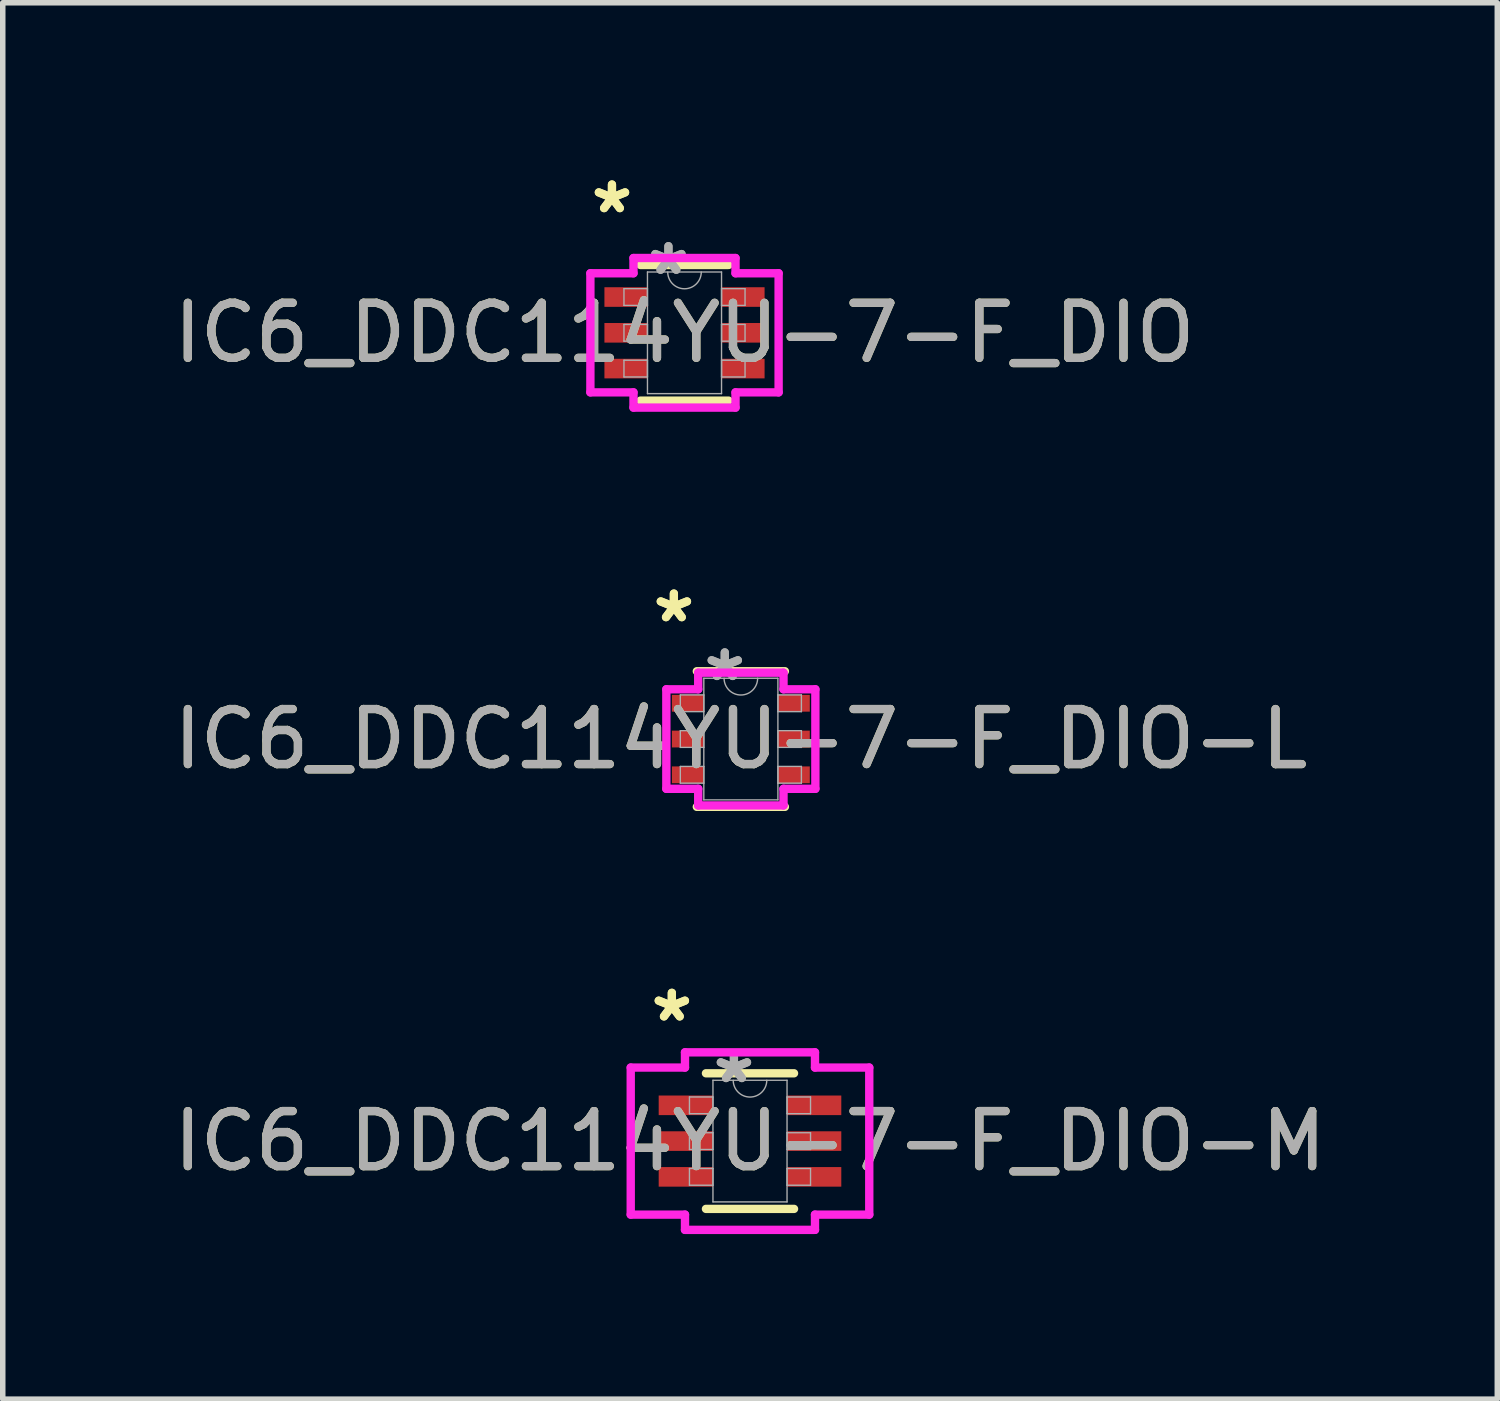
<source format=kicad_pcb>
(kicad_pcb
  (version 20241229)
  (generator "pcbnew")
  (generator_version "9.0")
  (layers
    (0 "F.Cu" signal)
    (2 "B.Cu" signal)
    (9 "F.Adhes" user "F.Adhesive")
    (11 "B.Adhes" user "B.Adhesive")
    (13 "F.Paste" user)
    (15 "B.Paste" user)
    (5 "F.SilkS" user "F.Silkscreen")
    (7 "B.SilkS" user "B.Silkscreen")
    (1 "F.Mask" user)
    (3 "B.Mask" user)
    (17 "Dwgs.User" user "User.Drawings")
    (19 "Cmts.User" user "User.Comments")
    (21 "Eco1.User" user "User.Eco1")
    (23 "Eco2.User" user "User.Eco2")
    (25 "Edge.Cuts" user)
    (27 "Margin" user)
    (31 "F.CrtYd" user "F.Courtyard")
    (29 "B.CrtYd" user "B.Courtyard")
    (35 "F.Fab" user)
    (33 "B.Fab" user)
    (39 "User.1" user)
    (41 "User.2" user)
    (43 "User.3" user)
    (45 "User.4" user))
  (footprint "IC6_DDC114YU-7-F_DIO-L"
    (layer "F.Cu")
    (at 10.411 10.378)
    (property "Reference" "IC6_DDC114YU-7-F_DIO-L" (at 0 0 0) (unlocked yes) (layer "F.SilkS") (effects (font (size 1 1) (thickness 0.15))))
    (attr smd)
    (fp_line (start -0.8 1.232) (end 0.8 1.232) (stroke (width 0.152) (type solid)) (layer "F.SilkS"))
    (fp_line (start 0.8 -1.232) (end -0.8 -1.232) (stroke (width 0.152) (type solid)) (layer "F.SilkS"))
    (fp_line (start -1.354 -0.904) (end -0.775 -0.904) (stroke (width 0.152) (type solid)) (layer "F.CrtYd"))
    (fp_line (start -1.354 0.904) (end -1.354 -0.904) (stroke (width 0.152) (type solid)) (layer "F.CrtYd"))
    (fp_line (start -1.354 0.904) (end -0.775 0.904) (stroke (width 0.152) (type solid)) (layer "F.CrtYd"))
    (fp_line (start -0.775 -1.206) (end 0.775 -1.206) (stroke (width 0.152) (type solid)) (layer "F.CrtYd"))
    (fp_line (start -0.775 -0.904) (end -0.775 -1.206) (stroke (width 0.152) (type solid)) (layer "F.CrtYd"))
    (fp_line (start -0.775 1.206) (end -0.775 0.904) (stroke (width 0.152) (type solid)) (layer "F.CrtYd"))
    (fp_line (start 0.775 -1.206) (end 0.775 -0.904) (stroke (width 0.152) (type solid)) (layer "F.CrtYd"))
    (fp_line (start 0.775 0.904) (end 0.775 1.206) (stroke (width 0.152) (type solid)) (layer "F.CrtYd"))
    (fp_line (start 0.775 1.206) (end -0.775 1.206) (stroke (width 0.152) (type solid)) (layer "F.CrtYd"))
    (fp_line (start 1.354 -0.904) (end 0.775 -0.904) (stroke (width 0.152) (type solid)) (layer "F.CrtYd"))
    (fp_line (start 1.354 -0.904) (end 1.354 0.904) (stroke (width 0.152) (type solid)) (layer "F.CrtYd"))
    (fp_line (start 1.354 0.904) (end 0.775 0.904) (stroke (width 0.152) (type solid)) (layer "F.CrtYd"))
    (fp_line (start -1.1 -0.802) (end -1.1 -0.498) (stroke (width 0.025) (type solid)) (layer "F.Fab"))
    (fp_line (start -1.1 -0.498) (end -0.673 -0.498) (stroke (width 0.025) (type solid)) (layer "F.Fab"))
    (fp_line (start -1.1 -0.152) (end -1.1 0.152) (stroke (width 0.025) (type solid)) (layer "F.Fab"))
    (fp_line (start -1.1 0.152) (end -0.673 0.152) (stroke (width 0.025) (type solid)) (layer "F.Fab"))
    (fp_line (start -1.1 0.498) (end -1.1 0.802) (stroke (width 0.025) (type solid)) (layer "F.Fab"))
    (fp_line (start -1.1 0.802) (end -0.673 0.802) (stroke (width 0.025) (type solid)) (layer "F.Fab"))
    (fp_line (start -0.673 -1.105) (end -0.673 1.105) (stroke (width 0.025) (type solid)) (layer "F.Fab"))
    (fp_line (start -0.673 -0.802) (end -1.1 -0.802) (stroke (width 0.025) (type solid)) (layer "F.Fab"))
    (fp_line (start -0.673 -0.498) (end -0.673 -0.802) (stroke (width 0.025) (type solid)) (layer "F.Fab"))
    (fp_line (start -0.673 -0.152) (end -1.1 -0.152) (stroke (width 0.025) (type solid)) (layer "F.Fab"))
    (fp_line (start -0.673 0.152) (end -0.673 -0.152) (stroke (width 0.025) (type solid)) (layer "F.Fab"))
    (fp_line (start -0.673 0.498) (end -1.1 0.498) (stroke (width 0.025) (type solid)) (layer "F.Fab"))
    (fp_line (start -0.673 0.802) (end -0.673 0.498) (stroke (width 0.025) (type solid)) (layer "F.Fab"))
    (fp_line (start -0.673 1.105) (end 0.673 1.105) (stroke (width 0.025) (type solid)) (layer "F.Fab"))
    (fp_line (start 0.673 -1.105) (end -0.673 -1.105) (stroke (width 0.025) (type solid)) (layer "F.Fab"))
    (fp_line (start 0.673 -0.802) (end 0.673 -0.498) (stroke (width 0.025) (type solid)) (layer "F.Fab"))
    (fp_line (start 0.673 -0.498) (end 1.1 -0.498) (stroke (width 0.025) (type solid)) (layer "F.Fab"))
    (fp_line (start 0.673 -0.152) (end 0.673 0.152) (stroke (width 0.025) (type solid)) (layer "F.Fab"))
    (fp_line (start 0.673 0.152) (end 1.1 0.152) (stroke (width 0.025) (type solid)) (layer "F.Fab"))
    (fp_line (start 0.673 0.498) (end 0.673 0.802) (stroke (width 0.025) (type solid)) (layer "F.Fab"))
    (fp_line (start 0.673 0.802) (end 1.1 0.802) (stroke (width 0.025) (type solid)) (layer "F.Fab"))
    (fp_line (start 0.673 1.105) (end 0.673 -1.105) (stroke (width 0.025) (type solid)) (layer "F.Fab"))
    (fp_line (start 1.1 -0.802) (end 0.673 -0.802) (stroke (width 0.025) (type solid)) (layer "F.Fab"))
    (fp_line (start 1.1 -0.498) (end 1.1 -0.802) (stroke (width 0.025) (type solid)) (layer "F.Fab"))
    (fp_line (start 1.1 -0.152) (end 0.673 -0.152) (stroke (width 0.025) (type solid)) (layer "F.Fab"))
    (fp_line (start 1.1 0.152) (end 1.1 -0.152) (stroke (width 0.025) (type solid)) (layer "F.Fab"))
    (fp_line (start 1.1 0.498) (end 0.673 0.498) (stroke (width 0.025) (type solid)) (layer "F.Fab"))
    (fp_line (start 1.1 0.802) (end 1.1 0.498) (stroke (width 0.025) (type solid)) (layer "F.Fab"))
    (fp_arc (start 0.3048 -1.1049) (mid 0 -0.8001) (end -0.3048 -1.1049) (stroke (width 0.0254) (type solid)) (layer "F.Fab"))
    (fp_text user "*" (at -1.217 -2.098 0) (layer "F.SilkS") (effects (font (size 1 1) (thickness 0.15))))
    (fp_text user "*" (at -1.217 -2.098 0) (unlocked yes) (layer "F.SilkS") (effects (font (size 1 1) (thickness 0.15))))
    (fp_text user "${REFERENCE}" (at 0 0 0) (unlocked yes) (layer "F.Fab") (effects (font (size 1 1) (thickness 0.15))))
    (fp_text user "*" (at -0.292 -1.029 0) (unlocked yes) (layer "F.Fab") (effects (font (size 1 1) (thickness 0.15))))
    (fp_text user "*" (at -0.292 -1.029 0) (layer "F.Fab") (effects (font (size 1 1) (thickness 0.15))))
    (pad "1" smd rect (at -0.963 -0.65) (size 0.579 0.305) (layers "F.Cu" "F.Mask" "F.Paste"))
    (pad "2" smd rect (at -0.963 0) (size 0.579 0.305) (layers "F.Cu" "F.Mask" "F.Paste"))
    (pad "3" smd rect (at -0.963 0.65) (size 0.579 0.305) (layers "F.Cu" "F.Mask" "F.Paste"))
    (pad "4" smd rect (at 0.963 0.65) (size 0.579 0.305) (layers "F.Cu" "F.Mask" "F.Paste"))
    (pad "5" smd rect (at 0.963 0) (size 0.579 0.305) (layers "F.Cu" "F.Mask" "F.Paste"))
    (pad "6" smd rect (at 0.963 -0.65) (size 0.579 0.305) (layers "F.Cu" "F.Mask" "F.Paste")))
  (footprint "IC6_DDC114YU-7-F_DIO-M"
    (layer "F.Cu")
    (at 10.577 17.683)
    (property "Reference" "IC6_DDC114YU-7-F_DIO-M" (at 0 0 0) (unlocked yes) (layer "F.SilkS") (effects (font (size 1 1) (thickness 0.15))))
    (attr smd)
    (fp_line (start -0.8 1.232) (end 0.8 1.232) (stroke (width 0.152) (type solid)) (layer "F.SilkS"))
    (fp_line (start 0.8 -1.232) (end -0.8 -1.232) (stroke (width 0.152) (type solid)) (layer "F.SilkS"))
    (fp_line (start -2.167 -1.336) (end -1.181 -1.336) (stroke (width 0.152) (type solid)) (layer "F.CrtYd"))
    (fp_line (start -2.167 1.336) (end -2.167 -1.336) (stroke (width 0.152) (type solid)) (layer "F.CrtYd"))
    (fp_line (start -2.167 1.336) (end -1.181 1.336) (stroke (width 0.152) (type solid)) (layer "F.CrtYd"))
    (fp_line (start -1.181 -1.613) (end 1.181 -1.613) (stroke (width 0.152) (type solid)) (layer "F.CrtYd"))
    (fp_line (start -1.181 -1.336) (end -1.181 -1.613) (stroke (width 0.152) (type solid)) (layer "F.CrtYd"))
    (fp_line (start -1.181 1.613) (end -1.181 1.336) (stroke (width 0.152) (type solid)) (layer "F.CrtYd"))
    (fp_line (start 1.181 -1.613) (end 1.181 -1.336) (stroke (width 0.152) (type solid)) (layer "F.CrtYd"))
    (fp_line (start 1.181 1.336) (end 1.181 1.613) (stroke (width 0.152) (type solid)) (layer "F.CrtYd"))
    (fp_line (start 1.181 1.613) (end -1.181 1.613) (stroke (width 0.152) (type solid)) (layer "F.CrtYd"))
    (fp_line (start 2.167 -1.336) (end 1.181 -1.336) (stroke (width 0.152) (type solid)) (layer "F.CrtYd"))
    (fp_line (start 2.167 -1.336) (end 2.167 1.336) (stroke (width 0.152) (type solid)) (layer "F.CrtYd"))
    (fp_line (start 2.167 1.336) (end 1.181 1.336) (stroke (width 0.152) (type solid)) (layer "F.CrtYd"))
    (fp_line (start -1.1 -0.802) (end -1.1 -0.498) (stroke (width 0.025) (type solid)) (layer "F.Fab"))
    (fp_line (start -1.1 -0.498) (end -0.673 -0.498) (stroke (width 0.025) (type solid)) (layer "F.Fab"))
    (fp_line (start -1.1 -0.152) (end -1.1 0.152) (stroke (width 0.025) (type solid)) (layer "F.Fab"))
    (fp_line (start -1.1 0.152) (end -0.673 0.152) (stroke (width 0.025) (type solid)) (layer "F.Fab"))
    (fp_line (start -1.1 0.498) (end -1.1 0.802) (stroke (width 0.025) (type solid)) (layer "F.Fab"))
    (fp_line (start -1.1 0.802) (end -0.673 0.802) (stroke (width 0.025) (type solid)) (layer "F.Fab"))
    (fp_line (start -0.673 -1.105) (end -0.673 1.105) (stroke (width 0.025) (type solid)) (layer "F.Fab"))
    (fp_line (start -0.673 -0.802) (end -1.1 -0.802) (stroke (width 0.025) (type solid)) (layer "F.Fab"))
    (fp_line (start -0.673 -0.498) (end -0.673 -0.802) (stroke (width 0.025) (type solid)) (layer "F.Fab"))
    (fp_line (start -0.673 -0.152) (end -1.1 -0.152) (stroke (width 0.025) (type solid)) (layer "F.Fab"))
    (fp_line (start -0.673 0.152) (end -0.673 -0.152) (stroke (width 0.025) (type solid)) (layer "F.Fab"))
    (fp_line (start -0.673 0.498) (end -1.1 0.498) (stroke (width 0.025) (type solid)) (layer "F.Fab"))
    (fp_line (start -0.673 0.802) (end -0.673 0.498) (stroke (width 0.025) (type solid)) (layer "F.Fab"))
    (fp_line (start -0.673 1.105) (end 0.673 1.105) (stroke (width 0.025) (type solid)) (layer "F.Fab"))
    (fp_line (start 0.673 -1.105) (end -0.673 -1.105) (stroke (width 0.025) (type solid)) (layer "F.Fab"))
    (fp_line (start 0.673 -0.802) (end 0.673 -0.498) (stroke (width 0.025) (type solid)) (layer "F.Fab"))
    (fp_line (start 0.673 -0.498) (end 1.1 -0.498) (stroke (width 0.025) (type solid)) (layer "F.Fab"))
    (fp_line (start 0.673 -0.152) (end 0.673 0.152) (stroke (width 0.025) (type solid)) (layer "F.Fab"))
    (fp_line (start 0.673 0.152) (end 1.1 0.152) (stroke (width 0.025) (type solid)) (layer "F.Fab"))
    (fp_line (start 0.673 0.498) (end 0.673 0.802) (stroke (width 0.025) (type solid)) (layer "F.Fab"))
    (fp_line (start 0.673 0.802) (end 1.1 0.802) (stroke (width 0.025) (type solid)) (layer "F.Fab"))
    (fp_line (start 0.673 1.105) (end 0.673 -1.105) (stroke (width 0.025) (type solid)) (layer "F.Fab"))
    (fp_line (start 1.1 -0.802) (end 0.673 -0.802) (stroke (width 0.025) (type solid)) (layer "F.Fab"))
    (fp_line (start 1.1 -0.498) (end 1.1 -0.802) (stroke (width 0.025) (type solid)) (layer "F.Fab"))
    (fp_line (start 1.1 -0.152) (end 0.673 -0.152) (stroke (width 0.025) (type solid)) (layer "F.Fab"))
    (fp_line (start 1.1 0.152) (end 1.1 -0.152) (stroke (width 0.025) (type solid)) (layer "F.Fab"))
    (fp_line (start 1.1 0.498) (end 0.673 0.498) (stroke (width 0.025) (type solid)) (layer "F.Fab"))
    (fp_line (start 1.1 0.802) (end 1.1 0.498) (stroke (width 0.025) (type solid)) (layer "F.Fab"))
    (fp_arc (start 0.3048 -1.1049) (mid 0 -0.8001) (end -0.3048 -1.1049) (stroke (width 0.0254) (type solid)) (layer "F.Fab"))
    (fp_text user "*" (at -1.42 -2.149 0) (layer "F.SilkS") (effects (font (size 1 1) (thickness 0.15))))
    (fp_text user "*" (at -1.42 -2.149 0) (unlocked yes) (layer "F.SilkS") (effects (font (size 1 1) (thickness 0.15))))
    (fp_text user "*" (at -0.292 -1.029 0) (layer "F.Fab") (effects (font (size 1 1) (thickness 0.15))))
    (fp_text user "${REFERENCE}" (at 0 0 0) (unlocked yes) (layer "F.Fab") (effects (font (size 1 1) (thickness 0.15))))
    (fp_text user "*" (at -0.292 -1.029 0) (unlocked yes) (layer "F.Fab") (effects (font (size 1 1) (thickness 0.15))))
    (pad "1" smd rect (at -1.166 -0.65) (size 0.986 0.356) (layers "F.Cu" "F.Mask" "F.Paste"))
    (pad "2" smd rect (at -1.166 0) (size 0.986 0.356) (layers "F.Cu" "F.Mask" "F.Paste"))
    (pad "3" smd rect (at -1.166 0.65) (size 0.986 0.356) (layers "F.Cu" "F.Mask" "F.Paste"))
    (pad "4" smd rect (at 1.166 0.65) (size 0.986 0.356) (layers "F.Cu" "F.Mask" "F.Paste"))
    (pad "5" smd rect (at 1.166 0) (size 0.986 0.356) (layers "F.Cu" "F.Mask" "F.Paste"))
    (pad "6" smd rect (at 1.166 -0.65) (size 0.986 0.356) (layers "F.Cu" "F.Mask" "F.Paste")))
  (footprint "IC6_DDC114YU-7-F_DIO"
    (layer "F.Cu")
    (at 9.387 2.997)
    (property "Reference" "IC6_DDC114YU-7-F_DIO" (at 0 0 0) (unlocked yes) (layer "F.SilkS") (effects (font (size 1 1) (thickness 0.15))))
    (attr smd)
    (fp_line (start -0.8 1.232) (end 0.8 1.232) (stroke (width 0.152) (type solid)) (layer "F.SilkS"))
    (fp_line (start 0.8 -1.232) (end -0.8 -1.232) (stroke (width 0.152) (type solid)) (layer "F.SilkS"))
    (fp_line (start -1.71 -1.082) (end -0.927 -1.082) (stroke (width 0.152) (type solid)) (layer "F.CrtYd"))
    (fp_line (start -1.71 1.082) (end -1.71 -1.082) (stroke (width 0.152) (type solid)) (layer "F.CrtYd"))
    (fp_line (start -1.71 1.082) (end -0.927 1.082) (stroke (width 0.152) (type solid)) (layer "F.CrtYd"))
    (fp_line (start -0.927 -1.359) (end 0.927 -1.359) (stroke (width 0.152) (type solid)) (layer "F.CrtYd"))
    (fp_line (start -0.927 -1.082) (end -0.927 -1.359) (stroke (width 0.152) (type solid)) (layer "F.CrtYd"))
    (fp_line (start -0.927 1.359) (end -0.927 1.082) (stroke (width 0.152) (type solid)) (layer "F.CrtYd"))
    (fp_line (start 0.927 -1.359) (end 0.927 -1.082) (stroke (width 0.152) (type solid)) (layer "F.CrtYd"))
    (fp_line (start 0.927 1.082) (end 0.927 1.359) (stroke (width 0.152) (type solid)) (layer "F.CrtYd"))
    (fp_line (start 0.927 1.359) (end -0.927 1.359) (stroke (width 0.152) (type solid)) (layer "F.CrtYd"))
    (fp_line (start 1.71 -1.082) (end 0.927 -1.082) (stroke (width 0.152) (type solid)) (layer "F.CrtYd"))
    (fp_line (start 1.71 -1.082) (end 1.71 1.082) (stroke (width 0.152) (type solid)) (layer "F.CrtYd"))
    (fp_line (start 1.71 1.082) (end 0.927 1.082) (stroke (width 0.152) (type solid)) (layer "F.CrtYd"))
    (fp_line (start -1.1 -0.802) (end -1.1 -0.498) (stroke (width 0.025) (type solid)) (layer "F.Fab"))
    (fp_line (start -1.1 -0.498) (end -0.673 -0.498) (stroke (width 0.025) (type solid)) (layer "F.Fab"))
    (fp_line (start -1.1 -0.152) (end -1.1 0.152) (stroke (width 0.025) (type solid)) (layer "F.Fab"))
    (fp_line (start -1.1 0.152) (end -0.673 0.152) (stroke (width 0.025) (type solid)) (layer "F.Fab"))
    (fp_line (start -1.1 0.498) (end -1.1 0.802) (stroke (width 0.025) (type solid)) (layer "F.Fab"))
    (fp_line (start -1.1 0.802) (end -0.673 0.802) (stroke (width 0.025) (type solid)) (layer "F.Fab"))
    (fp_line (start -0.673 -1.105) (end -0.673 1.105) (stroke (width 0.025) (type solid)) (layer "F.Fab"))
    (fp_line (start -0.673 -0.802) (end -1.1 -0.802) (stroke (width 0.025) (type solid)) (layer "F.Fab"))
    (fp_line (start -0.673 -0.498) (end -0.673 -0.802) (stroke (width 0.025) (type solid)) (layer "F.Fab"))
    (fp_line (start -0.673 -0.152) (end -1.1 -0.152) (stroke (width 0.025) (type solid)) (layer "F.Fab"))
    (fp_line (start -0.673 0.152) (end -0.673 -0.152) (stroke (width 0.025) (type solid)) (layer "F.Fab"))
    (fp_line (start -0.673 0.498) (end -1.1 0.498) (stroke (width 0.025) (type solid)) (layer "F.Fab"))
    (fp_line (start -0.673 0.802) (end -0.673 0.498) (stroke (width 0.025) (type solid)) (layer "F.Fab"))
    (fp_line (start -0.673 1.105) (end 0.673 1.105) (stroke (width 0.025) (type solid)) (layer "F.Fab"))
    (fp_line (start 0.673 -1.105) (end -0.673 -1.105) (stroke (width 0.025) (type solid)) (layer "F.Fab"))
    (fp_line (start 0.673 -0.802) (end 0.673 -0.498) (stroke (width 0.025) (type solid)) (layer "F.Fab"))
    (fp_line (start 0.673 -0.498) (end 1.1 -0.498) (stroke (width 0.025) (type solid)) (layer "F.Fab"))
    (fp_line (start 0.673 -0.152) (end 0.673 0.152) (stroke (width 0.025) (type solid)) (layer "F.Fab"))
    (fp_line (start 0.673 0.152) (end 1.1 0.152) (stroke (width 0.025) (type solid)) (layer "F.Fab"))
    (fp_line (start 0.673 0.498) (end 0.673 0.802) (stroke (width 0.025) (type solid)) (layer "F.Fab"))
    (fp_line (start 0.673 0.802) (end 1.1 0.802) (stroke (width 0.025) (type solid)) (layer "F.Fab"))
    (fp_line (start 0.673 1.105) (end 0.673 -1.105) (stroke (width 0.025) (type solid)) (layer "F.Fab"))
    (fp_line (start 1.1 -0.802) (end 0.673 -0.802) (stroke (width 0.025) (type solid)) (layer "F.Fab"))
    (fp_line (start 1.1 -0.498) (end 1.1 -0.802) (stroke (width 0.025) (type solid)) (layer "F.Fab"))
    (fp_line (start 1.1 -0.152) (end 0.673 -0.152) (stroke (width 0.025) (type solid)) (layer "F.Fab"))
    (fp_line (start 1.1 0.152) (end 1.1 -0.152) (stroke (width 0.025) (type solid)) (layer "F.Fab"))
    (fp_line (start 1.1 0.498) (end 0.673 0.498) (stroke (width 0.025) (type solid)) (layer "F.Fab"))
    (fp_line (start 1.1 0.802) (end 1.1 0.498) (stroke (width 0.025) (type solid)) (layer "F.Fab"))
    (fp_arc (start 0.3048 -1.1049) (mid 0 -0.8001) (end -0.3048 -1.1049) (stroke (width 0.0254) (type solid)) (layer "F.Fab"))
    (fp_text user "*" (at -1.318 -2.149 0) (unlocked yes) (layer "F.SilkS") (effects (font (size 1 1) (thickness 0.15))))
    (fp_text user "*" (at -1.318 -2.149 0) (layer "F.SilkS") (effects (font (size 1 1) (thickness 0.15))))
    (fp_text user "${REFERENCE}" (at 0 0 0) (unlocked yes) (layer "F.Fab") (effects (font (size 1 1) (thickness 0.15))))
    (fp_text user "*" (at -0.292 -1.029 0) (unlocked yes) (layer "F.Fab") (effects (font (size 1 1) (thickness 0.15))))
    (fp_text user "*" (at -0.292 -1.029 0) (layer "F.Fab") (effects (font (size 1 1) (thickness 0.15))))
    (pad "1" smd rect (at -1.064 -0.65) (size 0.782 0.356) (layers "F.Cu" "F.Mask" "F.Paste"))
    (pad "2" smd rect (at -1.064 0) (size 0.782 0.356) (layers "F.Cu" "F.Mask" "F.Paste"))
    (pad "3" smd rect (at -1.064 0.65) (size 0.782 0.356) (layers "F.Cu" "F.Mask" "F.Paste"))
    (pad "4" smd rect (at 1.064 0.65) (size 0.782 0.356) (layers "F.Cu" "F.Mask" "F.Paste"))
    (pad "5" smd rect (at 1.064 0) (size 0.782 0.356) (layers "F.Cu" "F.Mask" "F.Paste"))
    (pad "6" smd rect (at 1.064 -0.65) (size 0.782 0.356) (layers "F.Cu" "F.Mask" "F.Paste")))
  (gr_rect
    (start -3 -3)
    (end 24.155 22.372)
    (stroke (width 0.1) (type default))
    (fill no)
    (layer "Edge.Cuts")))
</source>
